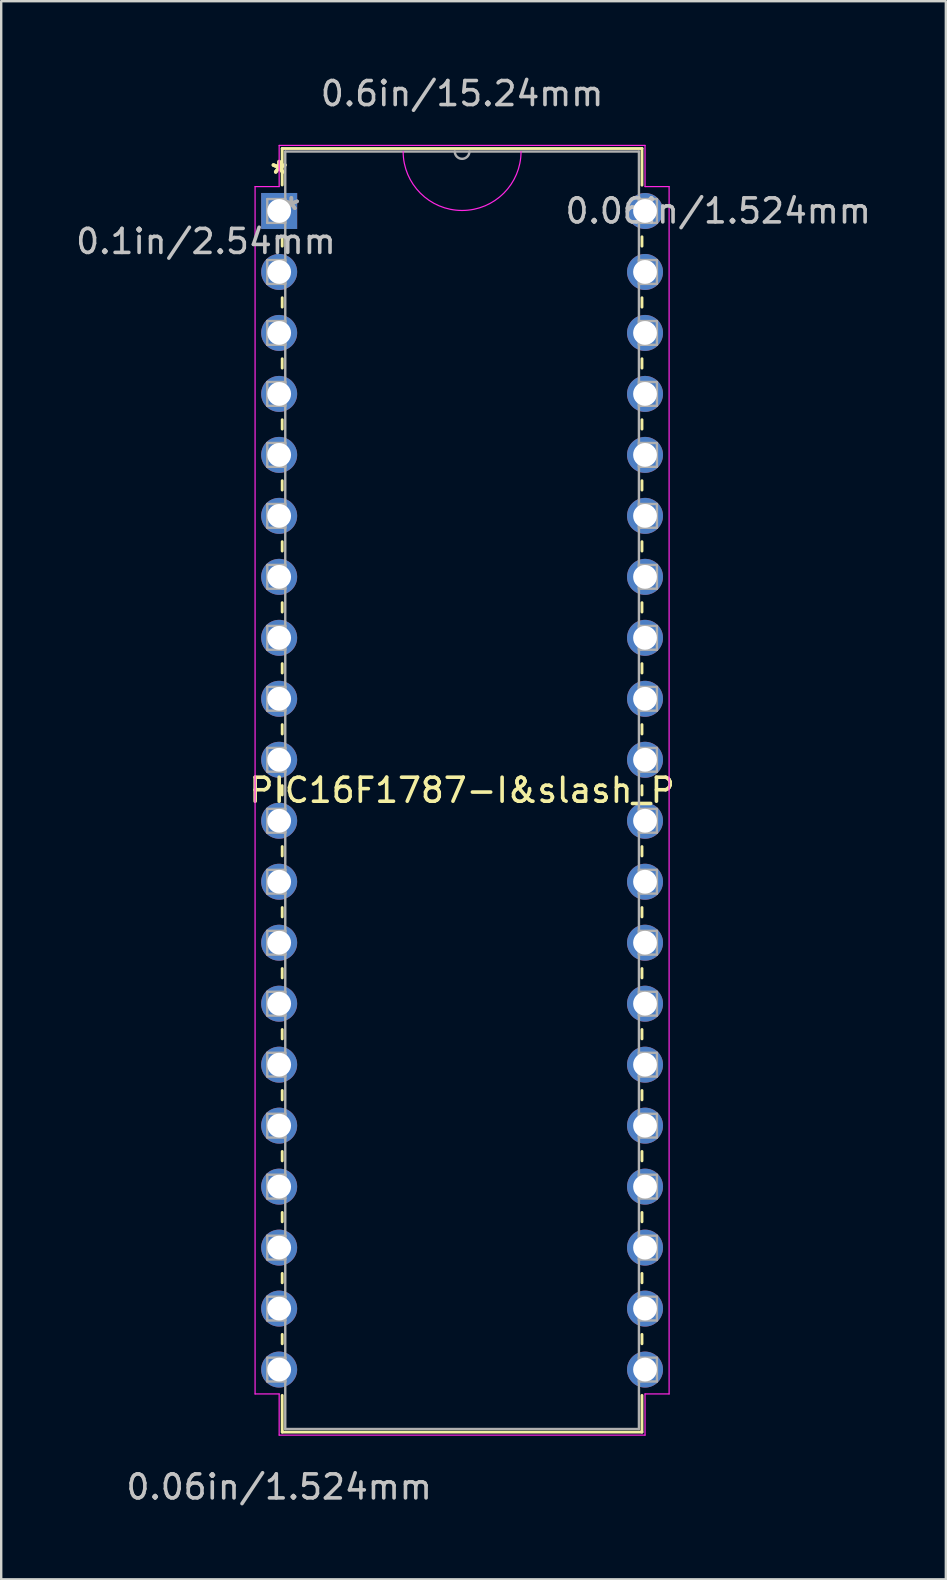
<source format=kicad_pcb>
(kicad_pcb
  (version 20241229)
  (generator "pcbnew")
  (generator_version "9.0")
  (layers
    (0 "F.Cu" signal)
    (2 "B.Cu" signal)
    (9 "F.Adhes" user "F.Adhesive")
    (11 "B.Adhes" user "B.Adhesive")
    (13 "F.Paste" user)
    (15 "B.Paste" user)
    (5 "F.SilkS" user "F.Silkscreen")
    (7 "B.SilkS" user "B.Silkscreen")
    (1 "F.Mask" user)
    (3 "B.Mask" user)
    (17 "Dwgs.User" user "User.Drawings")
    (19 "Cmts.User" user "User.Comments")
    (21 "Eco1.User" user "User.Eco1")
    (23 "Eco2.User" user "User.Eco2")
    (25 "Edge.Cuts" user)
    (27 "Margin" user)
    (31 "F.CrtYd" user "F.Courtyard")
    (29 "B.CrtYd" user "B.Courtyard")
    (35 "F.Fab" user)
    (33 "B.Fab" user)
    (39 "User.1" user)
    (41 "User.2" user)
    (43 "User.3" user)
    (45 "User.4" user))
  (footprint "PIC16F1787-I&slash_P"
    (layer "F.Cu")
    (at 8.578 5.738)
    (property "Reference" "PIC16F1787-I&slash_P" (at 7.62 24.13 0) (layer "F.SilkS") (effects (font (size 1 1) (thickness 0.15))))
    (attr through_hole)
    (fp_line (start 0.127 -2.603) (end 0.127 -1.082) (stroke (width 0.12) (type solid)) (layer "F.SilkS"))
    (fp_line (start 0.127 1.082) (end 0.127 1.465) (stroke (width 0.12) (type solid)) (layer "F.SilkS"))
    (fp_line (start 0.127 3.615) (end 0.127 4.005) (stroke (width 0.12) (type solid)) (layer "F.SilkS"))
    (fp_line (start 0.127 6.155) (end 0.127 6.545) (stroke (width 0.12) (type solid)) (layer "F.SilkS"))
    (fp_line (start 0.127 8.695) (end 0.127 9.085) (stroke (width 0.12) (type solid)) (layer "F.SilkS"))
    (fp_line (start 0.127 11.235) (end 0.127 11.625) (stroke (width 0.12) (type solid)) (layer "F.SilkS"))
    (fp_line (start 0.127 13.775) (end 0.127 14.165) (stroke (width 0.12) (type solid)) (layer "F.SilkS"))
    (fp_line (start 0.127 16.315) (end 0.127 16.705) (stroke (width 0.12) (type solid)) (layer "F.SilkS"))
    (fp_line (start 0.127 18.855) (end 0.127 19.245) (stroke (width 0.12) (type solid)) (layer "F.SilkS"))
    (fp_line (start 0.127 21.395) (end 0.127 21.785) (stroke (width 0.12) (type solid)) (layer "F.SilkS"))
    (fp_line (start 0.127 23.935) (end 0.127 24.325) (stroke (width 0.12) (type solid)) (layer "F.SilkS"))
    (fp_line (start 0.127 26.475) (end 0.127 26.865) (stroke (width 0.12) (type solid)) (layer "F.SilkS"))
    (fp_line (start 0.127 29.015) (end 0.127 29.405) (stroke (width 0.12) (type solid)) (layer "F.SilkS"))
    (fp_line (start 0.127 31.555) (end 0.127 31.945) (stroke (width 0.12) (type solid)) (layer "F.SilkS"))
    (fp_line (start 0.127 34.095) (end 0.127 34.485) (stroke (width 0.12) (type solid)) (layer "F.SilkS"))
    (fp_line (start 0.127 36.635) (end 0.127 37.025) (stroke (width 0.12) (type solid)) (layer "F.SilkS"))
    (fp_line (start 0.127 39.175) (end 0.127 39.565) (stroke (width 0.12) (type solid)) (layer "F.SilkS"))
    (fp_line (start 0.127 41.715) (end 0.127 42.105) (stroke (width 0.12) (type solid)) (layer "F.SilkS"))
    (fp_line (start 0.127 44.255) (end 0.127 44.645) (stroke (width 0.12) (type solid)) (layer "F.SilkS"))
    (fp_line (start 0.127 46.795) (end 0.127 47.185) (stroke (width 0.12) (type solid)) (layer "F.SilkS"))
    (fp_line (start 0.127 49.335) (end 0.127 50.864) (stroke (width 0.12) (type solid)) (layer "F.SilkS"))
    (fp_line (start 0.127 50.864) (end 15.113 50.864) (stroke (width 0.12) (type solid)) (layer "F.SilkS"))
    (fp_line (start 15.113 -2.603) (end 0.127 -2.603) (stroke (width 0.12) (type solid)) (layer "F.SilkS"))
    (fp_line (start 15.113 -1.075) (end 15.113 -2.603) (stroke (width 0.12) (type solid)) (layer "F.SilkS"))
    (fp_line (start 15.113 1.465) (end 15.113 1.075) (stroke (width 0.12) (type solid)) (layer "F.SilkS"))
    (fp_line (start 15.113 4.005) (end 15.113 3.615) (stroke (width 0.12) (type solid)) (layer "F.SilkS"))
    (fp_line (start 15.113 6.545) (end 15.113 6.155) (stroke (width 0.12) (type solid)) (layer "F.SilkS"))
    (fp_line (start 15.113 9.085) (end 15.113 8.695) (stroke (width 0.12) (type solid)) (layer "F.SilkS"))
    (fp_line (start 15.113 11.625) (end 15.113 11.235) (stroke (width 0.12) (type solid)) (layer "F.SilkS"))
    (fp_line (start 15.113 14.165) (end 15.113 13.775) (stroke (width 0.12) (type solid)) (layer "F.SilkS"))
    (fp_line (start 15.113 16.705) (end 15.113 16.315) (stroke (width 0.12) (type solid)) (layer "F.SilkS"))
    (fp_line (start 15.113 19.245) (end 15.113 18.855) (stroke (width 0.12) (type solid)) (layer "F.SilkS"))
    (fp_line (start 15.113 21.785) (end 15.113 21.395) (stroke (width 0.12) (type solid)) (layer "F.SilkS"))
    (fp_line (start 15.113 24.325) (end 15.113 23.935) (stroke (width 0.12) (type solid)) (layer "F.SilkS"))
    (fp_line (start 15.113 26.865) (end 15.113 26.475) (stroke (width 0.12) (type solid)) (layer "F.SilkS"))
    (fp_line (start 15.113 29.405) (end 15.113 29.015) (stroke (width 0.12) (type solid)) (layer "F.SilkS"))
    (fp_line (start 15.113 31.945) (end 15.113 31.555) (stroke (width 0.12) (type solid)) (layer "F.SilkS"))
    (fp_line (start 15.113 34.485) (end 15.113 34.095) (stroke (width 0.12) (type solid)) (layer "F.SilkS"))
    (fp_line (start 15.113 37.025) (end 15.113 36.635) (stroke (width 0.12) (type solid)) (layer "F.SilkS"))
    (fp_line (start 15.113 39.565) (end 15.113 39.175) (stroke (width 0.12) (type solid)) (layer "F.SilkS"))
    (fp_line (start 15.113 42.105) (end 15.113 41.715) (stroke (width 0.12) (type solid)) (layer "F.SilkS"))
    (fp_line (start 15.113 44.645) (end 15.113 44.255) (stroke (width 0.12) (type solid)) (layer "F.SilkS"))
    (fp_line (start 15.113 47.185) (end 15.113 46.795) (stroke (width 0.12) (type solid)) (layer "F.SilkS"))
    (fp_line (start 15.113 50.864) (end 15.113 49.335) (stroke (width 0.12) (type solid)) (layer "F.SilkS"))
    (fp_line (start -1.003 -1.016) (end -1.003 49.276) (stroke (width 0.05) (type solid)) (layer "F.CrtYd"))
    (fp_line (start -1.003 49.276) (end 0 49.276) (stroke (width 0.05) (type solid)) (layer "F.CrtYd"))
    (fp_line (start 0 -2.731) (end 0 -1.016) (stroke (width 0.05) (type solid)) (layer "F.CrtYd"))
    (fp_line (start 0 -1.016) (end -1.003 -1.016) (stroke (width 0.05) (type solid)) (layer "F.CrtYd"))
    (fp_line (start 0 49.276) (end 0 50.99) (stroke (width 0.05) (type solid)) (layer "F.CrtYd"))
    (fp_line (start 0 50.99) (end 15.24 50.99) (stroke (width 0.05) (type solid)) (layer "F.CrtYd"))
    (fp_line (start 15.24 -2.731) (end 0 -2.731) (stroke (width 0.05) (type solid)) (layer "F.CrtYd"))
    (fp_line (start 15.24 -1.016) (end 15.24 -2.731) (stroke (width 0.05) (type solid)) (layer "F.CrtYd"))
    (fp_line (start 15.24 49.276) (end 16.243 49.276) (stroke (width 0.05) (type solid)) (layer "F.CrtYd"))
    (fp_line (start 15.24 50.99) (end 15.24 49.276) (stroke (width 0.05) (type solid)) (layer "F.CrtYd"))
    (fp_line (start 16.243 -1.016) (end 15.24 -1.016) (stroke (width 0.05) (type solid)) (layer "F.CrtYd"))
    (fp_line (start 16.243 49.276) (end 16.243 -1.016) (stroke (width 0.05) (type solid)) (layer "F.CrtYd"))
    (fp_arc (start 10.075333 -2.4765) (mid 7.62 -0.021167) (end 5.164667 -2.4765) (stroke (width 0.05) (type solid)) (layer "F.CrtYd"))
    (fp_line (start -0.495 -0.495) (end -0.495 0.495) (stroke (width 0.1) (type solid)) (layer "F.Fab"))
    (fp_line (start -0.495 0.495) (end 0.254 0.495) (stroke (width 0.1) (type solid)) (layer "F.Fab"))
    (fp_line (start -0.495 2.045) (end -0.495 3.035) (stroke (width 0.1) (type solid)) (layer "F.Fab"))
    (fp_line (start -0.495 3.035) (end 0.254 3.035) (stroke (width 0.1) (type solid)) (layer "F.Fab"))
    (fp_line (start -0.495 4.585) (end -0.495 5.575) (stroke (width 0.1) (type solid)) (layer "F.Fab"))
    (fp_line (start -0.495 5.575) (end 0.254 5.575) (stroke (width 0.1) (type solid)) (layer "F.Fab"))
    (fp_line (start -0.495 7.125) (end -0.495 8.115) (stroke (width 0.1) (type solid)) (layer "F.Fab"))
    (fp_line (start -0.495 8.115) (end 0.254 8.115) (stroke (width 0.1) (type solid)) (layer "F.Fab"))
    (fp_line (start -0.495 9.665) (end -0.495 10.655) (stroke (width 0.1) (type solid)) (layer "F.Fab"))
    (fp_line (start -0.495 10.655) (end 0.254 10.655) (stroke (width 0.1) (type solid)) (layer "F.Fab"))
    (fp_line (start -0.495 12.205) (end -0.495 13.195) (stroke (width 0.1) (type solid)) (layer "F.Fab"))
    (fp_line (start -0.495 13.195) (end 0.254 13.195) (stroke (width 0.1) (type solid)) (layer "F.Fab"))
    (fp_line (start -0.495 14.745) (end -0.495 15.735) (stroke (width 0.1) (type solid)) (layer "F.Fab"))
    (fp_line (start -0.495 15.735) (end 0.254 15.735) (stroke (width 0.1) (type solid)) (layer "F.Fab"))
    (fp_line (start -0.495 17.285) (end -0.495 18.275) (stroke (width 0.1) (type solid)) (layer "F.Fab"))
    (fp_line (start -0.495 18.275) (end 0.254 18.275) (stroke (width 0.1) (type solid)) (layer "F.Fab"))
    (fp_line (start -0.495 19.825) (end -0.495 20.815) (stroke (width 0.1) (type solid)) (layer "F.Fab"))
    (fp_line (start -0.495 20.815) (end 0.254 20.815) (stroke (width 0.1) (type solid)) (layer "F.Fab"))
    (fp_line (start -0.495 22.365) (end -0.495 23.355) (stroke (width 0.1) (type solid)) (layer "F.Fab"))
    (fp_line (start -0.495 23.355) (end 0.254 23.355) (stroke (width 0.1) (type solid)) (layer "F.Fab"))
    (fp_line (start -0.495 24.905) (end -0.495 25.895) (stroke (width 0.1) (type solid)) (layer "F.Fab"))
    (fp_line (start -0.495 25.895) (end 0.254 25.895) (stroke (width 0.1) (type solid)) (layer "F.Fab"))
    (fp_line (start -0.495 27.445) (end -0.495 28.435) (stroke (width 0.1) (type solid)) (layer "F.Fab"))
    (fp_line (start -0.495 28.435) (end 0.254 28.435) (stroke (width 0.1) (type solid)) (layer "F.Fab"))
    (fp_line (start -0.495 29.985) (end -0.495 30.975) (stroke (width 0.1) (type solid)) (layer "F.Fab"))
    (fp_line (start -0.495 30.975) (end 0.254 30.975) (stroke (width 0.1) (type solid)) (layer "F.Fab"))
    (fp_line (start -0.495 32.525) (end -0.495 33.515) (stroke (width 0.1) (type solid)) (layer "F.Fab"))
    (fp_line (start -0.495 33.515) (end 0.254 33.515) (stroke (width 0.1) (type solid)) (layer "F.Fab"))
    (fp_line (start -0.495 35.065) (end -0.495 36.055) (stroke (width 0.1) (type solid)) (layer "F.Fab"))
    (fp_line (start -0.495 36.055) (end 0.254 36.055) (stroke (width 0.1) (type solid)) (layer "F.Fab"))
    (fp_line (start -0.495 37.605) (end -0.495 38.595) (stroke (width 0.1) (type solid)) (layer "F.Fab"))
    (fp_line (start -0.495 38.595) (end 0.254 38.595) (stroke (width 0.1) (type solid)) (layer "F.Fab"))
    (fp_line (start -0.495 40.145) (end -0.495 41.135) (stroke (width 0.1) (type solid)) (layer "F.Fab"))
    (fp_line (start -0.495 41.135) (end 0.254 41.135) (stroke (width 0.1) (type solid)) (layer "F.Fab"))
    (fp_line (start -0.495 42.685) (end -0.495 43.675) (stroke (width 0.1) (type solid)) (layer "F.Fab"))
    (fp_line (start -0.495 43.675) (end 0.254 43.675) (stroke (width 0.1) (type solid)) (layer "F.Fab"))
    (fp_line (start -0.495 45.225) (end -0.495 46.215) (stroke (width 0.1) (type solid)) (layer "F.Fab"))
    (fp_line (start -0.495 46.215) (end 0.254 46.215) (stroke (width 0.1) (type solid)) (layer "F.Fab"))
    (fp_line (start -0.495 47.765) (end -0.495 48.755) (stroke (width 0.1) (type solid)) (layer "F.Fab"))
    (fp_line (start -0.495 48.755) (end 0.254 48.755) (stroke (width 0.1) (type solid)) (layer "F.Fab"))
    (fp_line (start 0.254 -2.477) (end 0.254 50.736) (stroke (width 0.1) (type solid)) (layer "F.Fab"))
    (fp_line (start 0.254 -0.495) (end -0.495 -0.495) (stroke (width 0.1) (type solid)) (layer "F.Fab"))
    (fp_line (start 0.254 0.495) (end 0.254 -0.495) (stroke (width 0.1) (type solid)) (layer "F.Fab"))
    (fp_line (start 0.254 2.045) (end -0.495 2.045) (stroke (width 0.1) (type solid)) (layer "F.Fab"))
    (fp_line (start 0.254 3.035) (end 0.254 2.045) (stroke (width 0.1) (type solid)) (layer "F.Fab"))
    (fp_line (start 0.254 4.585) (end -0.495 4.585) (stroke (width 0.1) (type solid)) (layer "F.Fab"))
    (fp_line (start 0.254 5.575) (end 0.254 4.585) (stroke (width 0.1) (type solid)) (layer "F.Fab"))
    (fp_line (start 0.254 7.125) (end -0.495 7.125) (stroke (width 0.1) (type solid)) (layer "F.Fab"))
    (fp_line (start 0.254 8.115) (end 0.254 7.125) (stroke (width 0.1) (type solid)) (layer "F.Fab"))
    (fp_line (start 0.254 9.665) (end -0.495 9.665) (stroke (width 0.1) (type solid)) (layer "F.Fab"))
    (fp_line (start 0.254 10.655) (end 0.254 9.665) (stroke (width 0.1) (type solid)) (layer "F.Fab"))
    (fp_line (start 0.254 12.205) (end -0.495 12.205) (stroke (width 0.1) (type solid)) (layer "F.Fab"))
    (fp_line (start 0.254 13.195) (end 0.254 12.205) (stroke (width 0.1) (type solid)) (layer "F.Fab"))
    (fp_line (start 0.254 14.745) (end -0.495 14.745) (stroke (width 0.1) (type solid)) (layer "F.Fab"))
    (fp_line (start 0.254 15.735) (end 0.254 14.745) (stroke (width 0.1) (type solid)) (layer "F.Fab"))
    (fp_line (start 0.254 17.285) (end -0.495 17.285) (stroke (width 0.1) (type solid)) (layer "F.Fab"))
    (fp_line (start 0.254 18.275) (end 0.254 17.285) (stroke (width 0.1) (type solid)) (layer "F.Fab"))
    (fp_line (start 0.254 19.825) (end -0.495 19.825) (stroke (width 0.1) (type solid)) (layer "F.Fab"))
    (fp_line (start 0.254 20.815) (end 0.254 19.825) (stroke (width 0.1) (type solid)) (layer "F.Fab"))
    (fp_line (start 0.254 22.365) (end -0.495 22.365) (stroke (width 0.1) (type solid)) (layer "F.Fab"))
    (fp_line (start 0.254 23.355) (end 0.254 22.365) (stroke (width 0.1) (type solid)) (layer "F.Fab"))
    (fp_line (start 0.254 24.905) (end -0.495 24.905) (stroke (width 0.1) (type solid)) (layer "F.Fab"))
    (fp_line (start 0.254 25.895) (end 0.254 24.905) (stroke (width 0.1) (type solid)) (layer "F.Fab"))
    (fp_line (start 0.254 27.445) (end -0.495 27.445) (stroke (width 0.1) (type solid)) (layer "F.Fab"))
    (fp_line (start 0.254 28.435) (end 0.254 27.445) (stroke (width 0.1) (type solid)) (layer "F.Fab"))
    (fp_line (start 0.254 29.985) (end -0.495 29.985) (stroke (width 0.1) (type solid)) (layer "F.Fab"))
    (fp_line (start 0.254 30.975) (end 0.254 29.985) (stroke (width 0.1) (type solid)) (layer "F.Fab"))
    (fp_line (start 0.254 32.525) (end -0.495 32.525) (stroke (width 0.1) (type solid)) (layer "F.Fab"))
    (fp_line (start 0.254 33.515) (end 0.254 32.525) (stroke (width 0.1) (type solid)) (layer "F.Fab"))
    (fp_line (start 0.254 35.065) (end -0.495 35.065) (stroke (width 0.1) (type solid)) (layer "F.Fab"))
    (fp_line (start 0.254 36.055) (end 0.254 35.065) (stroke (width 0.1) (type solid)) (layer "F.Fab"))
    (fp_line (start 0.254 37.605) (end -0.495 37.605) (stroke (width 0.1) (type solid)) (layer "F.Fab"))
    (fp_line (start 0.254 38.595) (end 0.254 37.605) (stroke (width 0.1) (type solid)) (layer "F.Fab"))
    (fp_line (start 0.254 40.145) (end -0.495 40.145) (stroke (width 0.1) (type solid)) (layer "F.Fab"))
    (fp_line (start 0.254 41.135) (end 0.254 40.145) (stroke (width 0.1) (type solid)) (layer "F.Fab"))
    (fp_line (start 0.254 42.685) (end -0.495 42.685) (stroke (width 0.1) (type solid)) (layer "F.Fab"))
    (fp_line (start 0.254 43.675) (end 0.254 42.685) (stroke (width 0.1) (type solid)) (layer "F.Fab"))
    (fp_line (start 0.254 45.225) (end -0.495 45.225) (stroke (width 0.1) (type solid)) (layer "F.Fab"))
    (fp_line (start 0.254 46.215) (end 0.254 45.225) (stroke (width 0.1) (type solid)) (layer "F.Fab"))
    (fp_line (start 0.254 47.765) (end -0.495 47.765) (stroke (width 0.1) (type solid)) (layer "F.Fab"))
    (fp_line (start 0.254 48.755) (end 0.254 47.765) (stroke (width 0.1) (type solid)) (layer "F.Fab"))
    (fp_line (start 0.254 50.736) (end 14.986 50.736) (stroke (width 0.1) (type solid)) (layer "F.Fab"))
    (fp_line (start 14.986 -2.477) (end 0.254 -2.477) (stroke (width 0.1) (type solid)) (layer "F.Fab"))
    (fp_line (start 14.986 -0.495) (end 14.986 0.495) (stroke (width 0.1) (type solid)) (layer "F.Fab"))
    (fp_line (start 14.986 0.495) (end 15.735 0.495) (stroke (width 0.1) (type solid)) (layer "F.Fab"))
    (fp_line (start 14.986 2.045) (end 14.986 3.035) (stroke (width 0.1) (type solid)) (layer "F.Fab"))
    (fp_line (start 14.986 3.035) (end 15.735 3.035) (stroke (width 0.1) (type solid)) (layer "F.Fab"))
    (fp_line (start 14.986 4.585) (end 14.986 5.575) (stroke (width 0.1) (type solid)) (layer "F.Fab"))
    (fp_line (start 14.986 5.575) (end 15.735 5.575) (stroke (width 0.1) (type solid)) (layer "F.Fab"))
    (fp_line (start 14.986 7.125) (end 14.986 8.115) (stroke (width 0.1) (type solid)) (layer "F.Fab"))
    (fp_line (start 14.986 8.115) (end 15.735 8.115) (stroke (width 0.1) (type solid)) (layer "F.Fab"))
    (fp_line (start 14.986 9.665) (end 14.986 10.655) (stroke (width 0.1) (type solid)) (layer "F.Fab"))
    (fp_line (start 14.986 10.655) (end 15.735 10.655) (stroke (width 0.1) (type solid)) (layer "F.Fab"))
    (fp_line (start 14.986 12.205) (end 14.986 13.195) (stroke (width 0.1) (type solid)) (layer "F.Fab"))
    (fp_line (start 14.986 13.195) (end 15.735 13.195) (stroke (width 0.1) (type solid)) (layer "F.Fab"))
    (fp_line (start 14.986 14.745) (end 14.986 15.735) (stroke (width 0.1) (type solid)) (layer "F.Fab"))
    (fp_line (start 14.986 15.735) (end 15.735 15.735) (stroke (width 0.1) (type solid)) (layer "F.Fab"))
    (fp_line (start 14.986 17.285) (end 14.986 18.275) (stroke (width 0.1) (type solid)) (layer "F.Fab"))
    (fp_line (start 14.986 18.275) (end 15.735 18.275) (stroke (width 0.1) (type solid)) (layer "F.Fab"))
    (fp_line (start 14.986 19.825) (end 14.986 20.815) (stroke (width 0.1) (type solid)) (layer "F.Fab"))
    (fp_line (start 14.986 20.815) (end 15.735 20.815) (stroke (width 0.1) (type solid)) (layer "F.Fab"))
    (fp_line (start 14.986 22.365) (end 14.986 23.355) (stroke (width 0.1) (type solid)) (layer "F.Fab"))
    (fp_line (start 14.986 23.355) (end 15.735 23.355) (stroke (width 0.1) (type solid)) (layer "F.Fab"))
    (fp_line (start 14.986 24.905) (end 14.986 25.895) (stroke (width 0.1) (type solid)) (layer "F.Fab"))
    (fp_line (start 14.986 25.895) (end 15.735 25.895) (stroke (width 0.1) (type solid)) (layer "F.Fab"))
    (fp_line (start 14.986 27.445) (end 14.986 28.435) (stroke (width 0.1) (type solid)) (layer "F.Fab"))
    (fp_line (start 14.986 28.435) (end 15.735 28.435) (stroke (width 0.1) (type solid)) (layer "F.Fab"))
    (fp_line (start 14.986 29.985) (end 14.986 30.975) (stroke (width 0.1) (type solid)) (layer "F.Fab"))
    (fp_line (start 14.986 30.975) (end 15.735 30.975) (stroke (width 0.1) (type solid)) (layer "F.Fab"))
    (fp_line (start 14.986 32.525) (end 14.986 33.515) (stroke (width 0.1) (type solid)) (layer "F.Fab"))
    (fp_line (start 14.986 33.515) (end 15.735 33.515) (stroke (width 0.1) (type solid)) (layer "F.Fab"))
    (fp_line (start 14.986 35.065) (end 14.986 36.055) (stroke (width 0.1) (type solid)) (layer "F.Fab"))
    (fp_line (start 14.986 36.055) (end 15.735 36.055) (stroke (width 0.1) (type solid)) (layer "F.Fab"))
    (fp_line (start 14.986 37.605) (end 14.986 38.595) (stroke (width 0.1) (type solid)) (layer "F.Fab"))
    (fp_line (start 14.986 38.595) (end 15.735 38.595) (stroke (width 0.1) (type solid)) (layer "F.Fab"))
    (fp_line (start 14.986 40.145) (end 14.986 41.135) (stroke (width 0.1) (type solid)) (layer "F.Fab"))
    (fp_line (start 14.986 41.135) (end 15.735 41.135) (stroke (width 0.1) (type solid)) (layer "F.Fab"))
    (fp_line (start 14.986 42.685) (end 14.986 43.675) (stroke (width 0.1) (type solid)) (layer "F.Fab"))
    (fp_line (start 14.986 43.675) (end 15.735 43.675) (stroke (width 0.1) (type solid)) (layer "F.Fab"))
    (fp_line (start 14.986 45.225) (end 14.986 46.215) (stroke (width 0.1) (type solid)) (layer "F.Fab"))
    (fp_line (start 14.986 46.215) (end 15.735 46.215) (stroke (width 0.1) (type solid)) (layer "F.Fab"))
    (fp_line (start 14.986 47.765) (end 14.986 48.755) (stroke (width 0.1) (type solid)) (layer "F.Fab"))
    (fp_line (start 14.986 48.755) (end 15.735 48.755) (stroke (width 0.1) (type solid)) (layer "F.Fab"))
    (fp_line (start 14.986 50.736) (end 14.986 -2.477) (stroke (width 0.1) (type solid)) (layer "F.Fab"))
    (fp_line (start 15.735 -0.495) (end 14.986 -0.495) (stroke (width 0.1) (type solid)) (layer "F.Fab"))
    (fp_line (start 15.735 0.495) (end 15.735 -0.495) (stroke (width 0.1) (type solid)) (layer "F.Fab"))
    (fp_line (start 15.735 2.045) (end 14.986 2.045) (stroke (width 0.1) (type solid)) (layer "F.Fab"))
    (fp_line (start 15.735 3.035) (end 15.735 2.045) (stroke (width 0.1) (type solid)) (layer "F.Fab"))
    (fp_line (start 15.735 4.585) (end 14.986 4.585) (stroke (width 0.1) (type solid)) (layer "F.Fab"))
    (fp_line (start 15.735 5.575) (end 15.735 4.585) (stroke (width 0.1) (type solid)) (layer "F.Fab"))
    (fp_line (start 15.735 7.125) (end 14.986 7.125) (stroke (width 0.1) (type solid)) (layer "F.Fab"))
    (fp_line (start 15.735 8.115) (end 15.735 7.125) (stroke (width 0.1) (type solid)) (layer "F.Fab"))
    (fp_line (start 15.735 9.665) (end 14.986 9.665) (stroke (width 0.1) (type solid)) (layer "F.Fab"))
    (fp_line (start 15.735 10.655) (end 15.735 9.665) (stroke (width 0.1) (type solid)) (layer "F.Fab"))
    (fp_line (start 15.735 12.205) (end 14.986 12.205) (stroke (width 0.1) (type solid)) (layer "F.Fab"))
    (fp_line (start 15.735 13.195) (end 15.735 12.205) (stroke (width 0.1) (type solid)) (layer "F.Fab"))
    (fp_line (start 15.735 14.745) (end 14.986 14.745) (stroke (width 0.1) (type solid)) (layer "F.Fab"))
    (fp_line (start 15.735 15.735) (end 15.735 14.745) (stroke (width 0.1) (type solid)) (layer "F.Fab"))
    (fp_line (start 15.735 17.285) (end 14.986 17.285) (stroke (width 0.1) (type solid)) (layer "F.Fab"))
    (fp_line (start 15.735 18.275) (end 15.735 17.285) (stroke (width 0.1) (type solid)) (layer "F.Fab"))
    (fp_line (start 15.735 19.825) (end 14.986 19.825) (stroke (width 0.1) (type solid)) (layer "F.Fab"))
    (fp_line (start 15.735 20.815) (end 15.735 19.825) (stroke (width 0.1) (type solid)) (layer "F.Fab"))
    (fp_line (start 15.735 22.365) (end 14.986 22.365) (stroke (width 0.1) (type solid)) (layer "F.Fab"))
    (fp_line (start 15.735 23.355) (end 15.735 22.365) (stroke (width 0.1) (type solid)) (layer "F.Fab"))
    (fp_line (start 15.735 24.905) (end 14.986 24.905) (stroke (width 0.1) (type solid)) (layer "F.Fab"))
    (fp_line (start 15.735 25.895) (end 15.735 24.905) (stroke (width 0.1) (type solid)) (layer "F.Fab"))
    (fp_line (start 15.735 27.445) (end 14.986 27.445) (stroke (width 0.1) (type solid)) (layer "F.Fab"))
    (fp_line (start 15.735 28.435) (end 15.735 27.445) (stroke (width 0.1) (type solid)) (layer "F.Fab"))
    (fp_line (start 15.735 29.985) (end 14.986 29.985) (stroke (width 0.1) (type solid)) (layer "F.Fab"))
    (fp_line (start 15.735 30.975) (end 15.735 29.985) (stroke (width 0.1) (type solid)) (layer "F.Fab"))
    (fp_line (start 15.735 32.525) (end 14.986 32.525) (stroke (width 0.1) (type solid)) (layer "F.Fab"))
    (fp_line (start 15.735 33.515) (end 15.735 32.525) (stroke (width 0.1) (type solid)) (layer "F.Fab"))
    (fp_line (start 15.735 35.065) (end 14.986 35.065) (stroke (width 0.1) (type solid)) (layer "F.Fab"))
    (fp_line (start 15.735 36.055) (end 15.735 35.065) (stroke (width 0.1) (type solid)) (layer "F.Fab"))
    (fp_line (start 15.735 37.605) (end 14.986 37.605) (stroke (width 0.1) (type solid)) (layer "F.Fab"))
    (fp_line (start 15.735 38.595) (end 15.735 37.605) (stroke (width 0.1) (type solid)) (layer "F.Fab"))
    (fp_line (start 15.735 40.145) (end 14.986 40.145) (stroke (width 0.1) (type solid)) (layer "F.Fab"))
    (fp_line (start 15.735 41.135) (end 15.735 40.145) (stroke (width 0.1) (type solid)) (layer "F.Fab"))
    (fp_line (start 15.735 42.685) (end 14.986 42.685) (stroke (width 0.1) (type solid)) (layer "F.Fab"))
    (fp_line (start 15.735 43.675) (end 15.735 42.685) (stroke (width 0.1) (type solid)) (layer "F.Fab"))
    (fp_line (start 15.735 45.225) (end 14.986 45.225) (stroke (width 0.1) (type solid)) (layer "F.Fab"))
    (fp_line (start 15.735 46.215) (end 15.735 45.225) (stroke (width 0.1) (type solid)) (layer "F.Fab"))
    (fp_line (start 15.735 47.765) (end 14.986 47.765) (stroke (width 0.1) (type solid)) (layer "F.Fab"))
    (fp_line (start 15.735 48.755) (end 15.735 47.765) (stroke (width 0.1) (type solid)) (layer "F.Fab"))
    (fp_arc (start 7.9248 -2.4765) (mid 7.62 -2.1717) (end 7.3152 -2.4765) (stroke (width 0.1) (type solid)) (layer "F.Fab"))
    (fp_text user "*" (at 0 -1.511 0) (layer "F.SilkS") (effects (font (size 1 1) (thickness 0.15))))
    (fp_text user "*" (at 0 -1.511 0) (layer "F.SilkS") (effects (font (size 1 1) (thickness 0.15))))
    (fp_text user "0.6in/15.24mm" (at 7.62 -4.889 0) (layer "Dwgs.User") (effects (font (size 1 1) (thickness 0.15))))
    (fp_text user "0.06in/1.524mm" (at 18.288 0 0) (layer "Dwgs.User") (effects (font (size 1 1) (thickness 0.15))))
    (fp_text user "0.06in/1.524mm" (at 0 53.15 0) (layer "Dwgs.User") (effects (font (size 1 1) (thickness 0.15))))
    (fp_text user "0.1in/2.54mm" (at -3.048 1.27 0) (layer "Dwgs.User") (effects (font (size 1 1) (thickness 0.15))))
    (fp_text user "Copyright 2021 Accelerated Designs. All rights reserved." (at 0 0 0) (layer "Cmts.User") (effects (font (size 0.127 0.127) (thickness 0.002))))
    (fp_text user "*" (at 0.508 0 0) (layer "F.Fab") (effects (font (size 1 1) (thickness 0.15))))
    (fp_text user "*" (at 0.508 0 0) (layer "F.Fab") (effects (font (size 1 1) (thickness 0.15))))
    (pad "1" thru_hole rect (at 0 0) (size 1.499 1.499) (drill 0.991) (layers "*.Cu" "*.Mask"))
    (pad "2" thru_hole circle (at 0 2.54) (size 1.499 1.499) (drill 0.991) (layers "*.Cu" "*.Mask"))
    (pad "3" thru_hole circle (at 0 5.08) (size 1.499 1.499) (drill 0.991) (layers "*.Cu" "*.Mask"))
    (pad "4" thru_hole circle (at 0 7.62) (size 1.499 1.499) (drill 0.991) (layers "*.Cu" "*.Mask"))
    (pad "5" thru_hole circle (at 0 10.16) (size 1.499 1.499) (drill 0.991) (layers "*.Cu" "*.Mask"))
    (pad "6" thru_hole circle (at 0 12.7) (size 1.499 1.499) (drill 0.991) (layers "*.Cu" "*.Mask"))
    (pad "7" thru_hole circle (at 0 15.24) (size 1.499 1.499) (drill 0.991) (layers "*.Cu" "*.Mask"))
    (pad "8" thru_hole circle (at 0 17.78) (size 1.499 1.499) (drill 0.991) (layers "*.Cu" "*.Mask"))
    (pad "9" thru_hole circle (at 0 20.32) (size 1.499 1.499) (drill 0.991) (layers "*.Cu" "*.Mask"))
    (pad "10" thru_hole circle (at 0 22.86) (size 1.499 1.499) (drill 0.991) (layers "*.Cu" "*.Mask"))
    (pad "11" thru_hole circle (at 0 25.4) (size 1.499 1.499) (drill 0.991) (layers "*.Cu" "*.Mask"))
    (pad "12" thru_hole circle (at 0 27.94) (size 1.499 1.499) (drill 0.991) (layers "*.Cu" "*.Mask"))
    (pad "13" thru_hole circle (at 0 30.48) (size 1.499 1.499) (drill 0.991) (layers "*.Cu" "*.Mask"))
    (pad "14" thru_hole circle (at 0 33.02) (size 1.499 1.499) (drill 0.991) (layers "*.Cu" "*.Mask"))
    (pad "15" thru_hole circle (at 0 35.56) (size 1.499 1.499) (drill 0.991) (layers "*.Cu" "*.Mask"))
    (pad "16" thru_hole circle (at 0 38.1) (size 1.499 1.499) (drill 0.991) (layers "*.Cu" "*.Mask"))
    (pad "17" thru_hole circle (at 0 40.64) (size 1.499 1.499) (drill 0.991) (layers "*.Cu" "*.Mask"))
    (pad "18" thru_hole circle (at 0 43.18) (size 1.499 1.499) (drill 0.991) (layers "*.Cu" "*.Mask"))
    (pad "19" thru_hole circle (at 0 45.72) (size 1.499 1.499) (drill 0.991) (layers "*.Cu" "*.Mask"))
    (pad "20" thru_hole circle (at 0 48.26) (size 1.499 1.499) (drill 0.991) (layers "*.Cu" "*.Mask"))
    (pad "21" thru_hole circle (at 15.24 48.26) (size 1.499 1.499) (drill 0.991) (layers "*.Cu" "*.Mask"))
    (pad "22" thru_hole circle (at 15.24 45.72) (size 1.499 1.499) (drill 0.991) (layers "*.Cu" "*.Mask"))
    (pad "23" thru_hole circle (at 15.24 43.18) (size 1.499 1.499) (drill 0.991) (layers "*.Cu" "*.Mask"))
    (pad "24" thru_hole circle (at 15.24 40.64) (size 1.499 1.499) (drill 0.991) (layers "*.Cu" "*.Mask"))
    (pad "25" thru_hole circle (at 15.24 38.1) (size 1.499 1.499) (drill 0.991) (layers "*.Cu" "*.Mask"))
    (pad "26" thru_hole circle (at 15.24 35.56) (size 1.499 1.499) (drill 0.991) (layers "*.Cu" "*.Mask"))
    (pad "27" thru_hole circle (at 15.24 33.02) (size 1.499 1.499) (drill 0.991) (layers "*.Cu" "*.Mask"))
    (pad "28" thru_hole circle (at 15.24 30.48) (size 1.499 1.499) (drill 0.991) (layers "*.Cu" "*.Mask"))
    (pad "29" thru_hole circle (at 15.24 27.94) (size 1.499 1.499) (drill 0.991) (layers "*.Cu" "*.Mask"))
    (pad "30" thru_hole circle (at 15.24 25.4) (size 1.499 1.499) (drill 0.991) (layers "*.Cu" "*.Mask"))
    (pad "31" thru_hole circle (at 15.24 22.86) (size 1.499 1.499) (drill 0.991) (layers "*.Cu" "*.Mask"))
    (pad "32" thru_hole circle (at 15.24 20.32) (size 1.499 1.499) (drill 0.991) (layers "*.Cu" "*.Mask"))
    (pad "33" thru_hole circle (at 15.24 17.78) (size 1.499 1.499) (drill 0.991) (layers "*.Cu" "*.Mask"))
    (pad "34" thru_hole circle (at 15.24 15.24) (size 1.499 1.499) (drill 0.991) (layers "*.Cu" "*.Mask"))
    (pad "35" thru_hole circle (at 15.24 12.7) (size 1.499 1.499) (drill 0.991) (layers "*.Cu" "*.Mask"))
    (pad "36" thru_hole circle (at 15.24 10.16) (size 1.499 1.499) (drill 0.991) (layers "*.Cu" "*.Mask"))
    (pad "37" thru_hole circle (at 15.24 7.62) (size 1.499 1.499) (drill 0.991) (layers "*.Cu" "*.Mask"))
    (pad "38" thru_hole circle (at 15.24 5.08) (size 1.499 1.499) (drill 0.991) (layers "*.Cu" "*.Mask"))
    (pad "39" thru_hole circle (at 15.24 2.54) (size 1.499 1.499) (drill 0.991) (layers "*.Cu" "*.Mask"))
    (pad "40" thru_hole circle (at 15.24 0) (size 1.499 1.499) (drill 0.991) (layers "*.Cu" "*.Mask")))
  (gr_rect
    (start -3 -3)
    (end 36.348 62.736)
    (stroke (width 0.1) (type default))
    (fill no)
    (layer "Edge.Cuts")))
</source>
